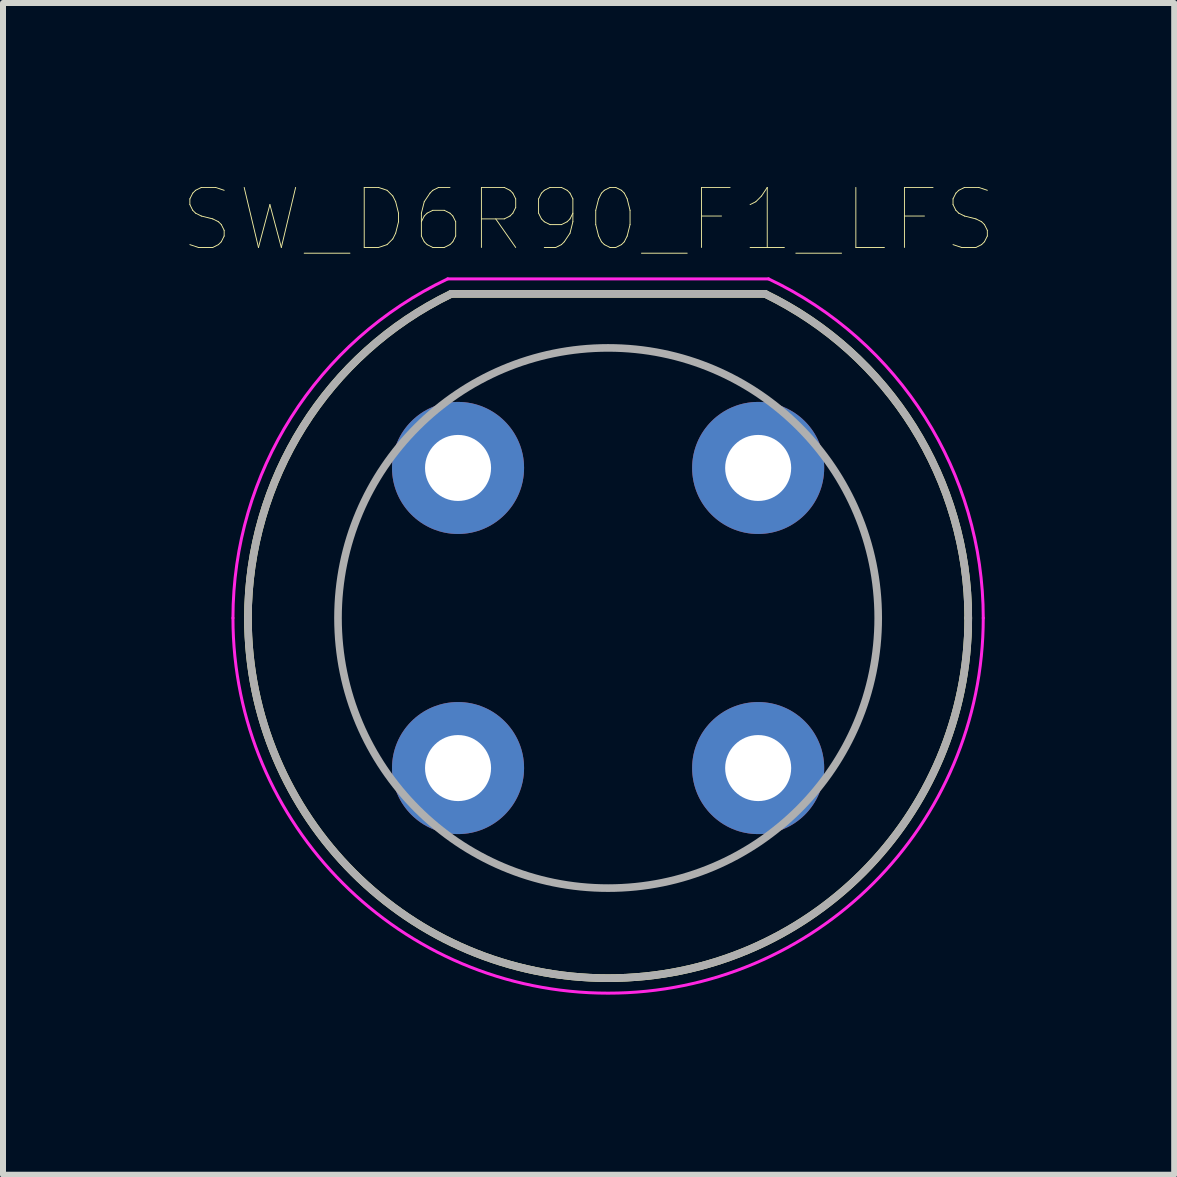
<source format=kicad_pcb>
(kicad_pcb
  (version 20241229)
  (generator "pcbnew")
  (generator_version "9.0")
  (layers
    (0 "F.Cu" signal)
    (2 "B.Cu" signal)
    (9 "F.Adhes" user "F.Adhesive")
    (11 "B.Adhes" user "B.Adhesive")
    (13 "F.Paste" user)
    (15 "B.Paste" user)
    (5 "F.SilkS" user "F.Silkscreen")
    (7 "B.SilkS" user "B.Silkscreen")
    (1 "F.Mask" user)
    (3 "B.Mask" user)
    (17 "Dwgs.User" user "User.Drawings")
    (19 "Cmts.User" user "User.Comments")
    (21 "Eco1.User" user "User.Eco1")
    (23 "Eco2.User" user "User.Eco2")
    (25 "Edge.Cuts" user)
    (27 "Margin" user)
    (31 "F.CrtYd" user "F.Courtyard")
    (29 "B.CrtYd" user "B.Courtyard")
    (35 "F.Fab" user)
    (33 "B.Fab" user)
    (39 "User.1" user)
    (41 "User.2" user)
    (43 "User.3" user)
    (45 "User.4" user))
  (footprint "SW_D6R90_F1_LFS"
    (layer "F.Cu")
    (at 7.081 7.246)
    (property "Reference" "SW_D6R90_F1_LFS" (at -0.325 -6.635 0) (layer "F.SilkS") (effects (font (size 1 1) (thickness 0.015))))
    (attr through_hole)
    (fp_line (start -2.615 -5.4) (end 2.615 -5.4) (stroke (width 0.127) (type solid)) (layer "F.SilkS"))
    (fp_arc (start -6 0) (mid -5.083648 -3.18653) (end -2.615 -5.4) (stroke (width 0.127) (type solid)) (layer "F.SilkS"))
    (fp_arc (start 2.615 -5.4) (mid 5.083263 -3.186288) (end 5.999999 0) (stroke (width 0.127) (type solid)) (layer "F.SilkS"))
    (fp_arc (start 6 0) (mid 0 6) (end -6 0) (stroke (width 0.127) (type solid)) (layer "F.SilkS"))
    (fp_line (start -2.672 -5.65) (end 2.672 -5.65) (stroke (width 0.05) (type solid)) (layer "F.CrtYd"))
    (fp_arc (start -6.25 0) (mid -5.280213 -3.343787) (end -2.672 -5.65) (stroke (width 0.05) (type solid)) (layer "F.CrtYd"))
    (fp_arc (start 2.672 -5.65) (mid 5.280511 -3.343976) (end 6.25 0) (stroke (width 0.05) (type solid)) (layer "F.CrtYd"))
    (fp_arc (start 6.25 0) (mid 0 6.25) (end -6.25 0) (stroke (width 0.05) (type solid)) (layer "F.CrtYd"))
    (fp_line (start -2.615 -5.4) (end 2.615 -5.4) (stroke (width 0.127) (type solid)) (layer "F.Fab"))
    (fp_arc (start -6 0) (mid -5.083648 -3.18653) (end -2.615 -5.4) (stroke (width 0.127) (type solid)) (layer "F.Fab"))
    (fp_arc (start 2.615 -5.4) (mid 5.083263 -3.186288) (end 5.999999 0) (stroke (width 0.127) (type solid)) (layer "F.Fab"))
    (fp_arc (start 6 0) (mid 0 6) (end -6 0) (stroke (width 0.127) (type solid)) (layer "F.Fab"))
    (fp_circle (center 0 0) (end 4.5 0) (stroke (width 0.127) (type solid)) (fill no) (layer "F.Fab"))
    (pad "1" thru_hole circle (at -2.5 -2.5) (size 2.2 2.2) (drill 1.1) (layers "*.Cu" "*.Mask"))
    (pad "2" thru_hole circle (at -2.5 2.5) (size 2.2 2.2) (drill 1.1) (layers "*.Cu" "*.Mask"))
    (pad "3" thru_hole circle (at 2.5 2.5) (size 2.2 2.2) (drill 1.1) (layers "*.Cu" "*.Mask"))
    (pad "4" thru_hole circle (at 2.5 -2.5) (size 2.2 2.2) (drill 1.1) (layers "*.Cu" "*.Mask")))
  (gr_rect
    (start -3 -3)
    (end 16.512 16.521)
    (stroke (width 0.1) (type default))
    (fill no)
    (layer "Edge.Cuts")))
</source>
